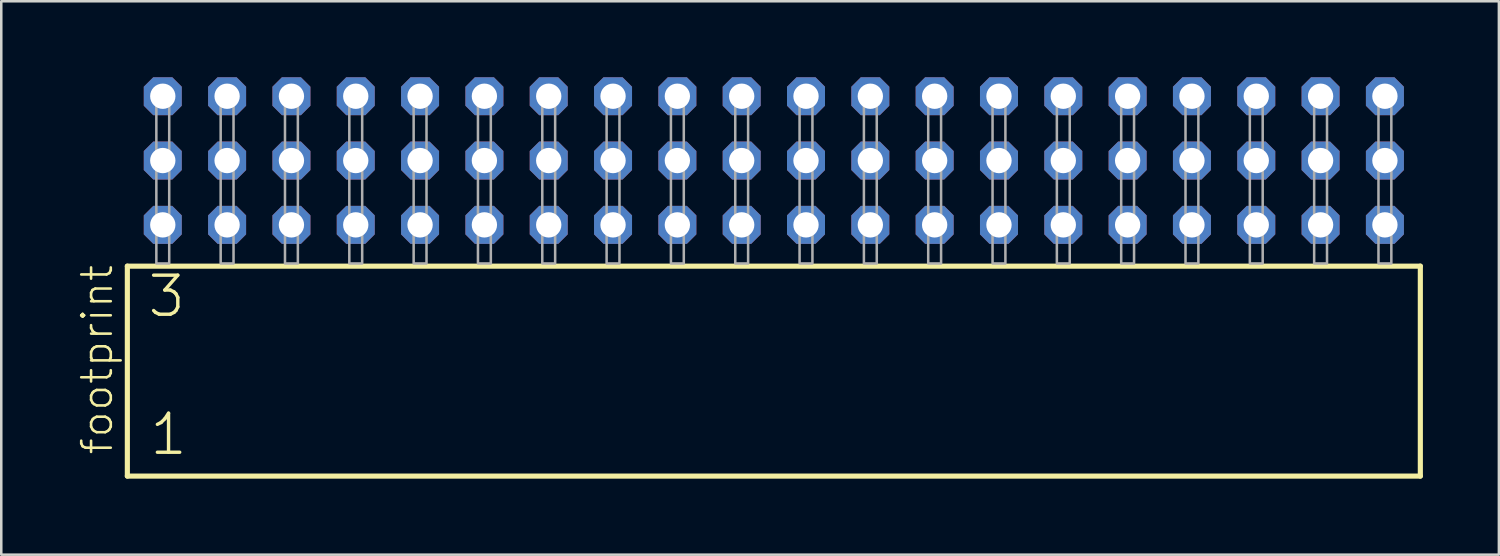
<source format=kicad_pcb>
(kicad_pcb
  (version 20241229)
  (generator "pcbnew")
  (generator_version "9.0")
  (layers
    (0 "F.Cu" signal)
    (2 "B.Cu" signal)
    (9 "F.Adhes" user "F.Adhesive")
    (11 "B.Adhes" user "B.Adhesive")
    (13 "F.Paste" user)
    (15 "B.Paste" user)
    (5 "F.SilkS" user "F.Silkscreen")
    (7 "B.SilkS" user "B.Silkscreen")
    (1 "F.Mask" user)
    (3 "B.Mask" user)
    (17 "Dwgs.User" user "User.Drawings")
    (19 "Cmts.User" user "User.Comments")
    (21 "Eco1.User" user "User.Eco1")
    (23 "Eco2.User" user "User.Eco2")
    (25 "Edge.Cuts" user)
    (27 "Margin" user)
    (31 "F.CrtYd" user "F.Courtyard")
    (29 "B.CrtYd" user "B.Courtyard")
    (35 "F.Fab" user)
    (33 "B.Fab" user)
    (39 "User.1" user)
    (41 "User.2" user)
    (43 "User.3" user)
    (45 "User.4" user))
  (footprint "footprint"
    (layer "F.Cu")
    (at 27.508 7.354)
    (property "Reference" "footprint" (at -26.035 7.62 90) (layer "F.SilkS") (effects (font (size 1.168 1.168) (thickness 0.102)) (justify left bottom)))
    (fp_line (start -25.529 0.106) (end -25.529 8.396) (stroke (width 0.203) (type solid)) (layer "F.SilkS"))
    (fp_line (start -25.529 8.396) (end 25.529 8.396) (stroke (width 0.203) (type solid)) (layer "F.SilkS"))
    (fp_line (start 25.529 0.106) (end -25.529 0.106) (stroke (width 0.203) (type solid)) (layer "F.SilkS"))
    (fp_line (start 25.529 8.396) (end 25.529 0.106) (stroke (width 0.203) (type solid)) (layer "F.SilkS"))
    (fp_poly (pts (xy -24.384 0) (xy -23.876 0) (xy -23.876 -6.858) (xy -24.384 -6.858)) (stroke (width 0.1) (type solid)) (fill no) (layer "F.Fab"))
    (fp_poly (pts (xy -21.844 0) (xy -21.336 0) (xy -21.336 -6.858) (xy -21.844 -6.858)) (stroke (width 0.1) (type solid)) (fill no) (layer "F.Fab"))
    (fp_poly (pts (xy -19.304 0) (xy -18.796 0) (xy -18.796 -6.858) (xy -19.304 -6.858)) (stroke (width 0.1) (type solid)) (fill no) (layer "F.Fab"))
    (fp_poly (pts (xy -16.764 0) (xy -16.256 0) (xy -16.256 -6.858) (xy -16.764 -6.858)) (stroke (width 0.1) (type solid)) (fill no) (layer "F.Fab"))
    (fp_poly (pts (xy -14.224 0) (xy -13.716 0) (xy -13.716 -6.858) (xy -14.224 -6.858)) (stroke (width 0.1) (type solid)) (fill no) (layer "F.Fab"))
    (fp_poly (pts (xy -11.684 0) (xy -11.176 0) (xy -11.176 -6.858) (xy -11.684 -6.858)) (stroke (width 0.1) (type solid)) (fill no) (layer "F.Fab"))
    (fp_poly (pts (xy -9.144 0) (xy -8.636 0) (xy -8.636 -6.858) (xy -9.144 -6.858)) (stroke (width 0.1) (type solid)) (fill no) (layer "F.Fab"))
    (fp_poly (pts (xy -6.604 0) (xy -6.096 0) (xy -6.096 -6.858) (xy -6.604 -6.858)) (stroke (width 0.1) (type solid)) (fill no) (layer "F.Fab"))
    (fp_poly (pts (xy -4.064 0) (xy -3.556 0) (xy -3.556 -6.858) (xy -4.064 -6.858)) (stroke (width 0.1) (type solid)) (fill no) (layer "F.Fab"))
    (fp_poly (pts (xy -1.524 0) (xy -1.016 0) (xy -1.016 -6.858) (xy -1.524 -6.858)) (stroke (width 0.1) (type solid)) (fill no) (layer "F.Fab"))
    (fp_poly (pts (xy 1.016 0) (xy 1.524 0) (xy 1.524 -6.858) (xy 1.016 -6.858)) (stroke (width 0.1) (type solid)) (fill no) (layer "F.Fab"))
    (fp_poly (pts (xy 3.556 0) (xy 4.064 0) (xy 4.064 -6.858) (xy 3.556 -6.858)) (stroke (width 0.1) (type solid)) (fill no) (layer "F.Fab"))
    (fp_poly (pts (xy 6.096 0) (xy 6.604 0) (xy 6.604 -6.858) (xy 6.096 -6.858)) (stroke (width 0.1) (type solid)) (fill no) (layer "F.Fab"))
    (fp_poly (pts (xy 8.636 0) (xy 9.144 0) (xy 9.144 -6.858) (xy 8.636 -6.858)) (stroke (width 0.1) (type solid)) (fill no) (layer "F.Fab"))
    (fp_poly (pts (xy 11.176 0) (xy 11.684 0) (xy 11.684 -6.858) (xy 11.176 -6.858)) (stroke (width 0.1) (type solid)) (fill no) (layer "F.Fab"))
    (fp_poly (pts (xy 13.716 0) (xy 14.224 0) (xy 14.224 -6.858) (xy 13.716 -6.858)) (stroke (width 0.1) (type solid)) (fill no) (layer "F.Fab"))
    (fp_poly (pts (xy 16.256 0) (xy 16.764 0) (xy 16.764 -6.858) (xy 16.256 -6.858)) (stroke (width 0.1) (type solid)) (fill no) (layer "F.Fab"))
    (fp_poly (pts (xy 18.796 0) (xy 19.304 0) (xy 19.304 -6.858) (xy 18.796 -6.858)) (stroke (width 0.1) (type solid)) (fill no) (layer "F.Fab"))
    (fp_poly (pts (xy 21.336 0) (xy 21.844 0) (xy 21.844 -6.858) (xy 21.336 -6.858)) (stroke (width 0.1) (type solid)) (fill no) (layer "F.Fab"))
    (fp_poly (pts (xy 23.876 0) (xy 24.384 0) (xy 24.384 -6.858) (xy 23.876 -6.858)) (stroke (width 0.1) (type solid)) (fill no) (layer "F.Fab"))
    (fp_text user "1" (at -24.725 7.65 0) (layer "F.SilkS") (effects (font (size 1.542 1.542) (thickness 0.134)) (justify left bottom)))
    (fp_text user "3" (at -24.8 2.2 0) (layer "F.SilkS") (effects (font (size 1.542 1.542) (thickness 0.134)) (justify left bottom)))
    (pad "1" thru_hole roundrect (at -24.13 -1.524) (size 1.5 1.5) (drill 1) (layers "*.Cu" "*.Mask") (roundrect_rratio 0.25) (chamfer_ratio 0.25) (chamfer top_left top_right bottom_left bottom_right))
    (pad "2" thru_hole roundrect (at -24.13 -4.064) (size 1.5 1.5) (drill 1) (layers "*.Cu" "*.Mask") (roundrect_rratio 0.25) (chamfer_ratio 0.25) (chamfer top_left top_right bottom_left bottom_right))
    (pad "3" thru_hole roundrect (at -24.13 -6.604) (size 1.5 1.5) (drill 1) (layers "*.Cu" "*.Mask") (roundrect_rratio 0.25) (chamfer_ratio 0.25) (chamfer top_left top_right bottom_left bottom_right))
    (pad "4" thru_hole roundrect (at -21.59 -1.524) (size 1.5 1.5) (drill 1) (layers "*.Cu" "*.Mask") (roundrect_rratio 0.25) (chamfer_ratio 0.25) (chamfer top_left top_right bottom_left bottom_right))
    (pad "5" thru_hole roundrect (at -21.59 -4.064) (size 1.5 1.5) (drill 1) (layers "*.Cu" "*.Mask") (roundrect_rratio 0.25) (chamfer_ratio 0.25) (chamfer top_left top_right bottom_left bottom_right))
    (pad "6" thru_hole roundrect (at -21.59 -6.604) (size 1.5 1.5) (drill 1) (layers "*.Cu" "*.Mask") (roundrect_rratio 0.25) (chamfer_ratio 0.25) (chamfer top_left top_right bottom_left bottom_right))
    (pad "7" thru_hole roundrect (at -19.05 -1.524) (size 1.5 1.5) (drill 1) (layers "*.Cu" "*.Mask") (roundrect_rratio 0.25) (chamfer_ratio 0.25) (chamfer top_left top_right bottom_left bottom_right))
    (pad "8" thru_hole roundrect (at -19.05 -4.064) (size 1.5 1.5) (drill 1) (layers "*.Cu" "*.Mask") (roundrect_rratio 0.25) (chamfer_ratio 0.25) (chamfer top_left top_right bottom_left bottom_right))
    (pad "9" thru_hole roundrect (at -19.05 -6.604) (size 1.5 1.5) (drill 1) (layers "*.Cu" "*.Mask") (roundrect_rratio 0.25) (chamfer_ratio 0.25) (chamfer top_left top_right bottom_left bottom_right))
    (pad "10" thru_hole roundrect (at -16.51 -1.524) (size 1.5 1.5) (drill 1) (layers "*.Cu" "*.Mask") (roundrect_rratio 0.25) (chamfer_ratio 0.25) (chamfer top_left top_right bottom_left bottom_right))
    (pad "11" thru_hole roundrect (at -16.51 -4.064) (size 1.5 1.5) (drill 1) (layers "*.Cu" "*.Mask") (roundrect_rratio 0.25) (chamfer_ratio 0.25) (chamfer top_left top_right bottom_left bottom_right))
    (pad "12" thru_hole roundrect (at -16.51 -6.604) (size 1.5 1.5) (drill 1) (layers "*.Cu" "*.Mask") (roundrect_rratio 0.25) (chamfer_ratio 0.25) (chamfer top_left top_right bottom_left bottom_right))
    (pad "13" thru_hole roundrect (at -13.97 -1.524) (size 1.5 1.5) (drill 1) (layers "*.Cu" "*.Mask") (roundrect_rratio 0.25) (chamfer_ratio 0.25) (chamfer top_left top_right bottom_left bottom_right))
    (pad "14" thru_hole roundrect (at -13.97 -4.064) (size 1.5 1.5) (drill 1) (layers "*.Cu" "*.Mask") (roundrect_rratio 0.25) (chamfer_ratio 0.25) (chamfer top_left top_right bottom_left bottom_right))
    (pad "15" thru_hole roundrect (at -13.97 -6.604) (size 1.5 1.5) (drill 1) (layers "*.Cu" "*.Mask") (roundrect_rratio 0.25) (chamfer_ratio 0.25) (chamfer top_left top_right bottom_left bottom_right))
    (pad "16" thru_hole roundrect (at -11.43 -1.524) (size 1.5 1.5) (drill 1) (layers "*.Cu" "*.Mask") (roundrect_rratio 0.25) (chamfer_ratio 0.25) (chamfer top_left top_right bottom_left bottom_right))
    (pad "17" thru_hole roundrect (at -11.43 -4.064) (size 1.5 1.5) (drill 1) (layers "*.Cu" "*.Mask") (roundrect_rratio 0.25) (chamfer_ratio 0.25) (chamfer top_left top_right bottom_left bottom_right))
    (pad "18" thru_hole roundrect (at -11.43 -6.604) (size 1.5 1.5) (drill 1) (layers "*.Cu" "*.Mask") (roundrect_rratio 0.25) (chamfer_ratio 0.25) (chamfer top_left top_right bottom_left bottom_right))
    (pad "19" thru_hole roundrect (at -8.89 -1.524) (size 1.5 1.5) (drill 1) (layers "*.Cu" "*.Mask") (roundrect_rratio 0.25) (chamfer_ratio 0.25) (chamfer top_left top_right bottom_left bottom_right))
    (pad "20" thru_hole roundrect (at -8.89 -4.064) (size 1.5 1.5) (drill 1) (layers "*.Cu" "*.Mask") (roundrect_rratio 0.25) (chamfer_ratio 0.25) (chamfer top_left top_right bottom_left bottom_right))
    (pad "21" thru_hole roundrect (at -8.89 -6.604) (size 1.5 1.5) (drill 1) (layers "*.Cu" "*.Mask") (roundrect_rratio 0.25) (chamfer_ratio 0.25) (chamfer top_left top_right bottom_left bottom_right))
    (pad "22" thru_hole roundrect (at -6.35 -1.524) (size 1.5 1.5) (drill 1) (layers "*.Cu" "*.Mask") (roundrect_rratio 0.25) (chamfer_ratio 0.25) (chamfer top_left top_right bottom_left bottom_right))
    (pad "23" thru_hole roundrect (at -6.35 -4.064) (size 1.5 1.5) (drill 1) (layers "*.Cu" "*.Mask") (roundrect_rratio 0.25) (chamfer_ratio 0.25) (chamfer top_left top_right bottom_left bottom_right))
    (pad "24" thru_hole roundrect (at -6.35 -6.604) (size 1.5 1.5) (drill 1) (layers "*.Cu" "*.Mask") (roundrect_rratio 0.25) (chamfer_ratio 0.25) (chamfer top_left top_right bottom_left bottom_right))
    (pad "25" thru_hole roundrect (at -3.81 -1.524) (size 1.5 1.5) (drill 1) (layers "*.Cu" "*.Mask") (roundrect_rratio 0.25) (chamfer_ratio 0.25) (chamfer top_left top_right bottom_left bottom_right))
    (pad "26" thru_hole roundrect (at -3.81 -4.064) (size 1.5 1.5) (drill 1) (layers "*.Cu" "*.Mask") (roundrect_rratio 0.25) (chamfer_ratio 0.25) (chamfer top_left top_right bottom_left bottom_right))
    (pad "27" thru_hole roundrect (at -3.81 -6.604) (size 1.5 1.5) (drill 1) (layers "*.Cu" "*.Mask") (roundrect_rratio 0.25) (chamfer_ratio 0.25) (chamfer top_left top_right bottom_left bottom_right))
    (pad "28" thru_hole roundrect (at -1.27 -1.524) (size 1.5 1.5) (drill 1) (layers "*.Cu" "*.Mask") (roundrect_rratio 0.25) (chamfer_ratio 0.25) (chamfer top_left top_right bottom_left bottom_right))
    (pad "29" thru_hole roundrect (at -1.27 -4.064) (size 1.5 1.5) (drill 1) (layers "*.Cu" "*.Mask") (roundrect_rratio 0.25) (chamfer_ratio 0.25) (chamfer top_left top_right bottom_left bottom_right))
    (pad "30" thru_hole roundrect (at -1.27 -6.604) (size 1.5 1.5) (drill 1) (layers "*.Cu" "*.Mask") (roundrect_rratio 0.25) (chamfer_ratio 0.25) (chamfer top_left top_right bottom_left bottom_right))
    (pad "31" thru_hole roundrect (at 1.27 -1.524) (size 1.5 1.5) (drill 1) (layers "*.Cu" "*.Mask") (roundrect_rratio 0.25) (chamfer_ratio 0.25) (chamfer top_left top_right bottom_left bottom_right))
    (pad "32" thru_hole roundrect (at 1.27 -4.064) (size 1.5 1.5) (drill 1) (layers "*.Cu" "*.Mask") (roundrect_rratio 0.25) (chamfer_ratio 0.25) (chamfer top_left top_right bottom_left bottom_right))
    (pad "33" thru_hole roundrect (at 1.27 -6.604) (size 1.5 1.5) (drill 1) (layers "*.Cu" "*.Mask") (roundrect_rratio 0.25) (chamfer_ratio 0.25) (chamfer top_left top_right bottom_left bottom_right))
    (pad "34" thru_hole roundrect (at 3.81 -1.524) (size 1.5 1.5) (drill 1) (layers "*.Cu" "*.Mask") (roundrect_rratio 0.25) (chamfer_ratio 0.25) (chamfer top_left top_right bottom_left bottom_right))
    (pad "35" thru_hole roundrect (at 3.81 -4.064) (size 1.5 1.5) (drill 1) (layers "*.Cu" "*.Mask") (roundrect_rratio 0.25) (chamfer_ratio 0.25) (chamfer top_left top_right bottom_left bottom_right))
    (pad "36" thru_hole roundrect (at 3.81 -6.604) (size 1.5 1.5) (drill 1) (layers "*.Cu" "*.Mask") (roundrect_rratio 0.25) (chamfer_ratio 0.25) (chamfer top_left top_right bottom_left bottom_right))
    (pad "37" thru_hole roundrect (at 6.35 -1.524) (size 1.5 1.5) (drill 1) (layers "*.Cu" "*.Mask") (roundrect_rratio 0.25) (chamfer_ratio 0.25) (chamfer top_left top_right bottom_left bottom_right))
    (pad "38" thru_hole roundrect (at 6.35 -4.064) (size 1.5 1.5) (drill 1) (layers "*.Cu" "*.Mask") (roundrect_rratio 0.25) (chamfer_ratio 0.25) (chamfer top_left top_right bottom_left bottom_right))
    (pad "39" thru_hole roundrect (at 6.35 -6.604) (size 1.5 1.5) (drill 1) (layers "*.Cu" "*.Mask") (roundrect_rratio 0.25) (chamfer_ratio 0.25) (chamfer top_left top_right bottom_left bottom_right))
    (pad "40" thru_hole roundrect (at 8.89 -1.524) (size 1.5 1.5) (drill 1) (layers "*.Cu" "*.Mask") (roundrect_rratio 0.25) (chamfer_ratio 0.25) (chamfer top_left top_right bottom_left bottom_right))
    (pad "41" thru_hole roundrect (at 8.89 -4.064) (size 1.5 1.5) (drill 1) (layers "*.Cu" "*.Mask") (roundrect_rratio 0.25) (chamfer_ratio 0.25) (chamfer top_left top_right bottom_left bottom_right))
    (pad "42" thru_hole roundrect (at 8.89 -6.604) (size 1.5 1.5) (drill 1) (layers "*.Cu" "*.Mask") (roundrect_rratio 0.25) (chamfer_ratio 0.25) (chamfer top_left top_right bottom_left bottom_right))
    (pad "43" thru_hole roundrect (at 11.43 -1.524) (size 1.5 1.5) (drill 1) (layers "*.Cu" "*.Mask") (roundrect_rratio 0.25) (chamfer_ratio 0.25) (chamfer top_left top_right bottom_left bottom_right))
    (pad "44" thru_hole roundrect (at 11.43 -4.064) (size 1.5 1.5) (drill 1) (layers "*.Cu" "*.Mask") (roundrect_rratio 0.25) (chamfer_ratio 0.25) (chamfer top_left top_right bottom_left bottom_right))
    (pad "45" thru_hole roundrect (at 11.43 -6.604) (size 1.5 1.5) (drill 1) (layers "*.Cu" "*.Mask") (roundrect_rratio 0.25) (chamfer_ratio 0.25) (chamfer top_left top_right bottom_left bottom_right))
    (pad "46" thru_hole roundrect (at 13.97 -1.524) (size 1.5 1.5) (drill 1) (layers "*.Cu" "*.Mask") (roundrect_rratio 0.25) (chamfer_ratio 0.25) (chamfer top_left top_right bottom_left bottom_right))
    (pad "47" thru_hole roundrect (at 13.97 -4.064) (size 1.5 1.5) (drill 1) (layers "*.Cu" "*.Mask") (roundrect_rratio 0.25) (chamfer_ratio 0.25) (chamfer top_left top_right bottom_left bottom_right))
    (pad "48" thru_hole roundrect (at 13.97 -6.604) (size 1.5 1.5) (drill 1) (layers "*.Cu" "*.Mask") (roundrect_rratio 0.25) (chamfer_ratio 0.25) (chamfer top_left top_right bottom_left bottom_right))
    (pad "49" thru_hole roundrect (at 16.51 -1.524) (size 1.5 1.5) (drill 1) (layers "*.Cu" "*.Mask") (roundrect_rratio 0.25) (chamfer_ratio 0.25) (chamfer top_left top_right bottom_left bottom_right))
    (pad "50" thru_hole roundrect (at 16.51 -4.064) (size 1.5 1.5) (drill 1) (layers "*.Cu" "*.Mask") (roundrect_rratio 0.25) (chamfer_ratio 0.25) (chamfer top_left top_right bottom_left bottom_right))
    (pad "51" thru_hole roundrect (at 16.51 -6.604) (size 1.5 1.5) (drill 1) (layers "*.Cu" "*.Mask") (roundrect_rratio 0.25) (chamfer_ratio 0.25) (chamfer top_left top_right bottom_left bottom_right))
    (pad "52" thru_hole roundrect (at 19.05 -1.524) (size 1.5 1.5) (drill 1) (layers "*.Cu" "*.Mask") (roundrect_rratio 0.25) (chamfer_ratio 0.25) (chamfer top_left top_right bottom_left bottom_right))
    (pad "53" thru_hole roundrect (at 19.05 -4.064) (size 1.5 1.5) (drill 1) (layers "*.Cu" "*.Mask") (roundrect_rratio 0.25) (chamfer_ratio 0.25) (chamfer top_left top_right bottom_left bottom_right))
    (pad "54" thru_hole roundrect (at 19.05 -6.604) (size 1.5 1.5) (drill 1) (layers "*.Cu" "*.Mask") (roundrect_rratio 0.25) (chamfer_ratio 0.25) (chamfer top_left top_right bottom_left bottom_right))
    (pad "55" thru_hole roundrect (at 21.59 -1.524) (size 1.5 1.5) (drill 1) (layers "*.Cu" "*.Mask") (roundrect_rratio 0.25) (chamfer_ratio 0.25) (chamfer top_left top_right bottom_left bottom_right))
    (pad "56" thru_hole roundrect (at 21.59 -4.064) (size 1.5 1.5) (drill 1) (layers "*.Cu" "*.Mask") (roundrect_rratio 0.25) (chamfer_ratio 0.25) (chamfer top_left top_right bottom_left bottom_right))
    (pad "57" thru_hole roundrect (at 21.59 -6.604) (size 1.5 1.5) (drill 1) (layers "*.Cu" "*.Mask") (roundrect_rratio 0.25) (chamfer_ratio 0.25) (chamfer top_left top_right bottom_left bottom_right))
    (pad "58" thru_hole roundrect (at 24.13 -1.524) (size 1.5 1.5) (drill 1) (layers "*.Cu" "*.Mask") (roundrect_rratio 0.25) (chamfer_ratio 0.25) (chamfer top_left top_right bottom_left bottom_right))
    (pad "59" thru_hole roundrect (at 24.13 -4.064) (size 1.5 1.5) (drill 1) (layers "*.Cu" "*.Mask") (roundrect_rratio 0.25) (chamfer_ratio 0.25) (chamfer top_left top_right bottom_left bottom_right))
    (pad "60" thru_hole roundrect (at 24.13 -6.604) (size 1.5 1.5) (drill 1) (layers "*.Cu" "*.Mask") (roundrect_rratio 0.25) (chamfer_ratio 0.25) (chamfer top_left top_right bottom_left bottom_right)))
  (gr_rect
    (start -3 -3)
    (end 56.139 18.852)
    (stroke (width 0.1) (type default))
    (fill no)
    (layer "Edge.Cuts")))
</source>
